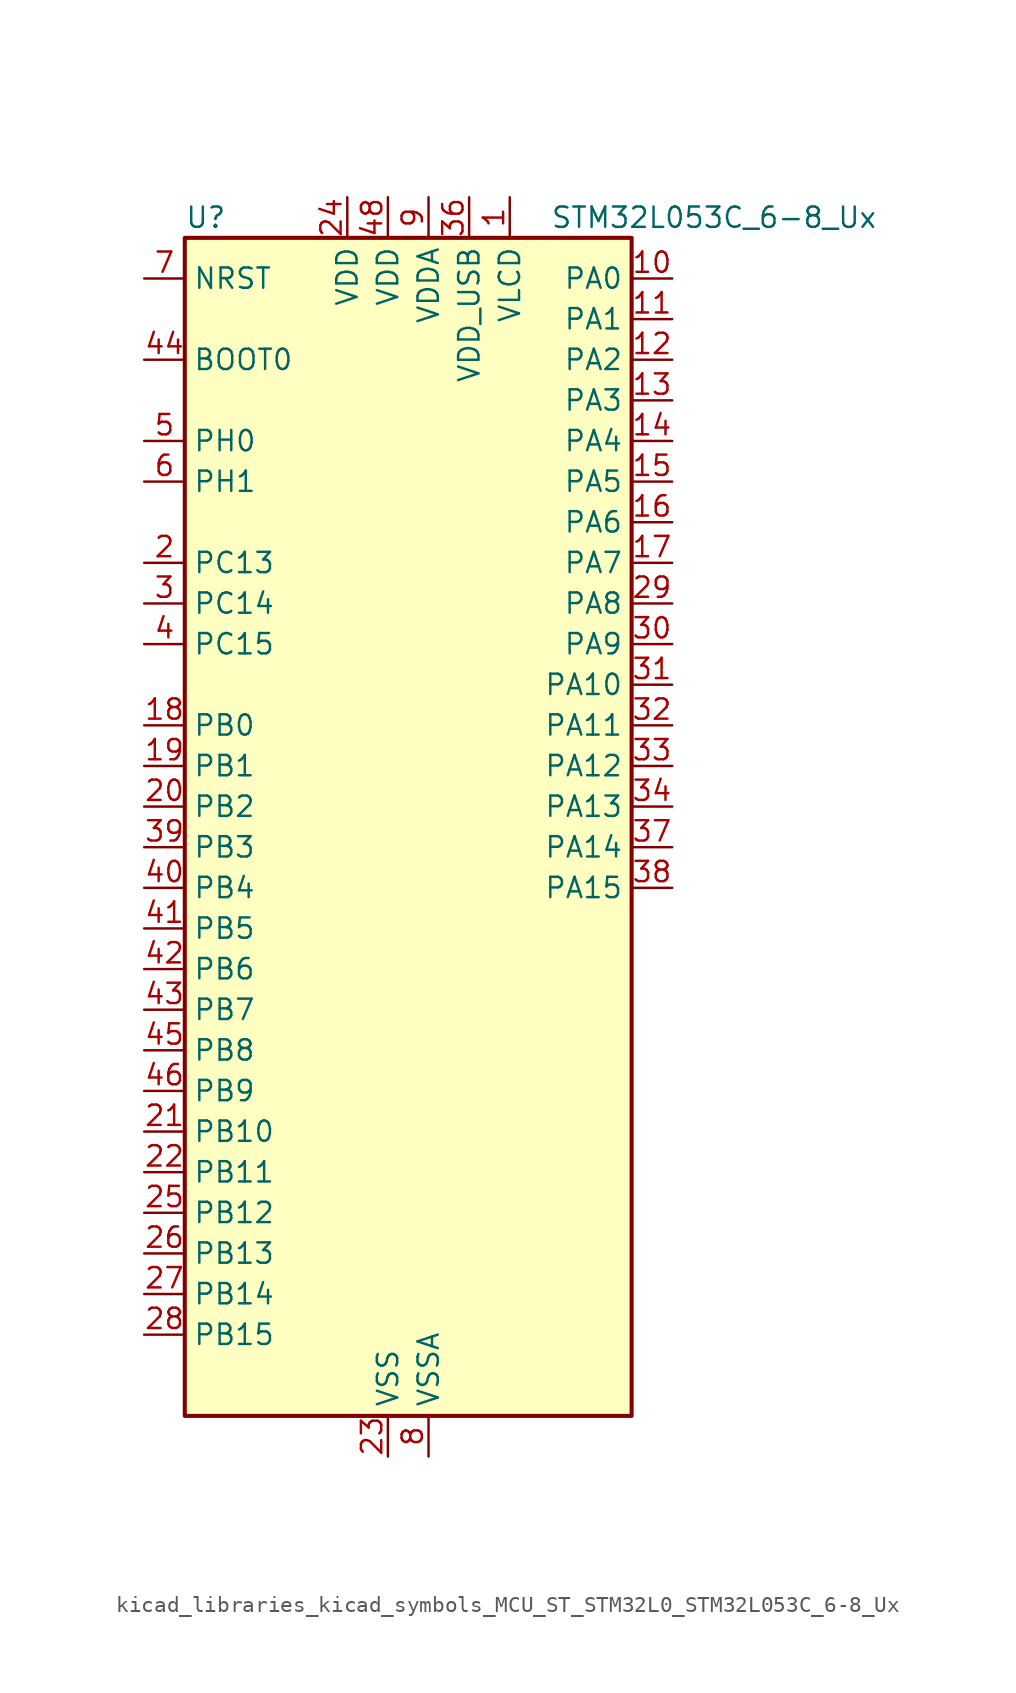
<source format=kicad_sym>
(kicad_symbol_lib
  (version 20220914)
  (generator kicad_symbol_editor)
  (symbol "kicad_libraries_kicad_symbols_MCU_ST_STM32L0_STM32L053C_6-8_Ux"
    (property "Reference" "U"
      (at -12.7 39.37 0)
      (effects (font (size 1.27 1.27)) (justify left)))
    (property "Value" "STM32L053C_6-8_Ux"
      (at 10.16 39.37 0)
      (effects (font (size 1.27 1.27)) (justify left)))
    (property "ki_locked" ""
      (at 0 0 0)
      (effects (font (size 1.27 1.27))))
    (symbol "kicad_libraries_kicad_symbols_MCU_ST_STM32L0_STM32L053C_6-8_Ux_0_1"
      (rectangle (start -12.7 -35.56) (end 15.24 38.1) (stroke (width 0.254) (type default)) (fill (type background))))
    (symbol "kicad_libraries_kicad_symbols_MCU_ST_STM32L0_STM32L053C_6-8_Ux_1_1"
      (pin power_in line (at 7.62 40.64 270) (length 2.54) (name "VLCD" (effects (font (size 1.27 1.27)))) (number "1" (effects (font (size 1.27 1.27)))))
      (pin bidirectional line (at 17.78 35.56 180) (length 2.54) (name "PA0" (effects (font (size 1.27 1.27)))) (number "10" (effects (font (size 1.27 1.27)))) (alternate "ADC_IN0" bidirectional line) (alternate "COMP1_INM" bidirectional line) (alternate "COMP1_OUT" bidirectional line) (alternate "RTC_TAMP2" bidirectional line) (alternate "SYS_WKUP1" bidirectional line) (alternate "TIM2_CH1" bidirectional line) (alternate "TIM2_ETR" bidirectional line) (alternate "TSC_G1_IO1" bidirectional line) (alternate "USART2_CTS" bidirectional line))
      (pin bidirectional line (at 17.78 33.02 180) (length 2.54) (name "PA1" (effects (font (size 1.27 1.27)))) (number "11" (effects (font (size 1.27 1.27)))) (alternate "ADC_IN1" bidirectional line) (alternate "COMP1_INP" bidirectional line) (alternate "LCD_SEG0" bidirectional line) (alternate "TIM21_ETR" bidirectional line) (alternate "TIM2_CH2" bidirectional line) (alternate "TSC_G1_IO2" bidirectional line) (alternate "USART2_DE" bidirectional line) (alternate "USART2_RTS" bidirectional line))
      (pin bidirectional line (at 17.78 30.48 180) (length 2.54) (name "PA2" (effects (font (size 1.27 1.27)))) (number "12" (effects (font (size 1.27 1.27)))) (alternate "ADC_IN2" bidirectional line) (alternate "COMP2_INM" bidirectional line) (alternate "COMP2_OUT" bidirectional line) (alternate "LCD_SEG1" bidirectional line) (alternate "TIM21_CH1" bidirectional line) (alternate "TIM2_CH3" bidirectional line) (alternate "TSC_G1_IO3" bidirectional line) (alternate "USART2_TX" bidirectional line))
      (pin bidirectional line (at 17.78 27.94 180) (length 2.54) (name "PA3" (effects (font (size 1.27 1.27)))) (number "13" (effects (font (size 1.27 1.27)))) (alternate "ADC_IN3" bidirectional line) (alternate "COMP2_INP" bidirectional line) (alternate "LCD_SEG2" bidirectional line) (alternate "TIM21_CH2" bidirectional line) (alternate "TIM2_CH4" bidirectional line) (alternate "TSC_G1_IO4" bidirectional line) (alternate "USART2_RX" bidirectional line))
      (pin bidirectional line (at 17.78 25.4 180) (length 2.54) (name "PA4" (effects (font (size 1.27 1.27)))) (number "14" (effects (font (size 1.27 1.27)))) (alternate "ADC_IN4" bidirectional line) (alternate "COMP1_INM" bidirectional line) (alternate "COMP2_INM" bidirectional line) (alternate "DAC_OUT1" bidirectional line) (alternate "SPI1_NSS" bidirectional line) (alternate "TIM22_ETR" bidirectional line) (alternate "TSC_G2_IO1" bidirectional line) (alternate "USART2_CK" bidirectional line))
      (pin bidirectional line (at 17.78 22.86 180) (length 2.54) (name "PA5" (effects (font (size 1.27 1.27)))) (number "15" (effects (font (size 1.27 1.27)))) (alternate "ADC_IN5" bidirectional line) (alternate "COMP1_INM" bidirectional line) (alternate "COMP2_INM" bidirectional line) (alternate "SPI1_SCK" bidirectional line) (alternate "TIM2_CH1" bidirectional line) (alternate "TIM2_ETR" bidirectional line) (alternate "TSC_G2_IO2" bidirectional line))
      (pin bidirectional line (at 17.78 20.32 180) (length 2.54) (name "PA6" (effects (font (size 1.27 1.27)))) (number "16" (effects (font (size 1.27 1.27)))) (alternate "ADC_IN6" bidirectional line) (alternate "COMP1_OUT" bidirectional line) (alternate "LCD_SEG3" bidirectional line) (alternate "LPUART1_CTS" bidirectional line) (alternate "SPI1_MISO" bidirectional line) (alternate "TIM22_CH1" bidirectional line) (alternate "TSC_G2_IO3" bidirectional line))
      (pin bidirectional line (at 17.78 17.78 180) (length 2.54) (name "PA7" (effects (font (size 1.27 1.27)))) (number "17" (effects (font (size 1.27 1.27)))) (alternate "ADC_IN7" bidirectional line) (alternate "COMP2_OUT" bidirectional line) (alternate "LCD_SEG4" bidirectional line) (alternate "SPI1_MOSI" bidirectional line) (alternate "TIM22_CH2" bidirectional line) (alternate "TSC_G2_IO4" bidirectional line))
      (pin bidirectional line (at -15.24 7.62 0) (length 2.54) (name "PB0" (effects (font (size 1.27 1.27)))) (number "18" (effects (font (size 1.27 1.27)))) (alternate "ADC_IN8" bidirectional line) (alternate "LCD_SEG5" bidirectional line) (alternate "LCD_VLCD3" bidirectional line) (alternate "SYS_VREF_OUT_PB0" bidirectional line) (alternate "TSC_G3_IO2" bidirectional line))
      (pin bidirectional line (at -15.24 5.08 0) (length 2.54) (name "PB1" (effects (font (size 1.27 1.27)))) (number "19" (effects (font (size 1.27 1.27)))) (alternate "ADC_IN9" bidirectional line) (alternate "LCD_SEG6" bidirectional line) (alternate "LPUART1_DE" bidirectional line) (alternate "LPUART1_RTS" bidirectional line) (alternate "SYS_VREF_OUT_PB1" bidirectional line) (alternate "TSC_G3_IO3" bidirectional line))
      (pin bidirectional line (at -15.24 17.78 0) (length 2.54) (name "PC13" (effects (font (size 1.27 1.27)))) (number "2" (effects (font (size 1.27 1.27)))) (alternate "RTC_OUT_ALARM" bidirectional line) (alternate "RTC_OUT_CALIB" bidirectional line) (alternate "RTC_TAMP1" bidirectional line) (alternate "RTC_TS" bidirectional line) (alternate "SYS_WKUP2" bidirectional line))
      (pin bidirectional line (at -15.24 2.54 0) (length 2.54) (name "PB2" (effects (font (size 1.27 1.27)))) (number "20" (effects (font (size 1.27 1.27)))) (alternate "LCD_VLCD1" bidirectional line) (alternate "LPTIM1_OUT" bidirectional line) (alternate "TSC_G3_IO4" bidirectional line))
      (pin bidirectional line (at -15.24 -17.78 0) (length 2.54) (name "PB10" (effects (font (size 1.27 1.27)))) (number "21" (effects (font (size 1.27 1.27)))) (alternate "I2C2_SCL" bidirectional line) (alternate "LCD_SEG10" bidirectional line) (alternate "LPUART1_TX" bidirectional line) (alternate "SPI2_SCK" bidirectional line) (alternate "TIM2_CH3" bidirectional line) (alternate "TSC_SYNC" bidirectional line))
      (pin bidirectional line (at -15.24 -20.32 0) (length 2.54) (name "PB11" (effects (font (size 1.27 1.27)))) (number "22" (effects (font (size 1.27 1.27)))) (alternate "ADC_EXTI11" bidirectional line) (alternate "I2C2_SDA" bidirectional line) (alternate "LCD_SEG11" bidirectional line) (alternate "LPUART1_RX" bidirectional line) (alternate "TIM2_CH4" bidirectional line) (alternate "TSC_G6_IO1" bidirectional line))
      (pin power_in line (at 0 -38.1 90) (length 2.54) (name "VSS" (effects (font (size 1.27 1.27)))) (number "23" (effects (font (size 1.27 1.27)))))
      (pin power_in line (at -2.54 40.64 270) (length 2.54) (name "VDD" (effects (font (size 1.27 1.27)))) (number "24" (effects (font (size 1.27 1.27)))))
      (pin bidirectional line (at -15.24 -22.86 0) (length 2.54) (name "PB12" (effects (font (size 1.27 1.27)))) (number "25" (effects (font (size 1.27 1.27)))) (alternate "I2S2_WS" bidirectional line) (alternate "LCD_SEG12" bidirectional line) (alternate "LCD_VLCD2" bidirectional line) (alternate "LPUART1_DE" bidirectional line) (alternate "LPUART1_RTS" bidirectional line) (alternate "SPI2_NSS" bidirectional line) (alternate "TSC_G6_IO2" bidirectional line))
      (pin bidirectional line (at -15.24 -25.4 0) (length 2.54) (name "PB13" (effects (font (size 1.27 1.27)))) (number "26" (effects (font (size 1.27 1.27)))) (alternate "I2C2_SCL" bidirectional line) (alternate "I2S2_CK" bidirectional line) (alternate "LCD_SEG13" bidirectional line) (alternate "LPUART1_CTS" bidirectional line) (alternate "SPI2_SCK" bidirectional line) (alternate "TIM21_CH1" bidirectional line) (alternate "TSC_G6_IO3" bidirectional line))
      (pin bidirectional line (at -15.24 -27.94 0) (length 2.54) (name "PB14" (effects (font (size 1.27 1.27)))) (number "27" (effects (font (size 1.27 1.27)))) (alternate "I2C2_SDA" bidirectional line) (alternate "I2S2_MCK" bidirectional line) (alternate "LCD_SEG14" bidirectional line) (alternate "LPUART1_DE" bidirectional line) (alternate "LPUART1_RTS" bidirectional line) (alternate "RTC_OUT_ALARM" bidirectional line) (alternate "RTC_OUT_CALIB" bidirectional line) (alternate "SPI2_MISO" bidirectional line) (alternate "TIM21_CH2" bidirectional line) (alternate "TSC_G6_IO4" bidirectional line))
      (pin bidirectional line (at -15.24 -30.48 0) (length 2.54) (name "PB15" (effects (font (size 1.27 1.27)))) (number "28" (effects (font (size 1.27 1.27)))) (alternate "I2S2_SD" bidirectional line) (alternate "LCD_SEG15" bidirectional line) (alternate "RTC_REFIN" bidirectional line) (alternate "SPI2_MOSI" bidirectional line))
      (pin bidirectional line (at 17.78 15.24 180) (length 2.54) (name "PA8" (effects (font (size 1.27 1.27)))) (number "29" (effects (font (size 1.27 1.27)))) (alternate "CRS_SYNC" bidirectional line) (alternate "LCD_COM0" bidirectional line) (alternate "RCC_MCO" bidirectional line) (alternate "USART1_CK" bidirectional line))
      (pin bidirectional line (at -15.24 15.24 0) (length 2.54) (name "PC14" (effects (font (size 1.27 1.27)))) (number "3" (effects (font (size 1.27 1.27)))) (alternate "RCC_OSC32_IN" bidirectional line))
      (pin bidirectional line (at 17.78 12.7 180) (length 2.54) (name "PA9" (effects (font (size 1.27 1.27)))) (number "30" (effects (font (size 1.27 1.27)))) (alternate "DAC_EXTI9" bidirectional line) (alternate "LCD_COM1" bidirectional line) (alternate "RCC_MCO" bidirectional line) (alternate "TSC_G4_IO1" bidirectional line) (alternate "USART1_TX" bidirectional line))
      (pin bidirectional line (at 17.78 10.16 180) (length 2.54) (name "PA10" (effects (font (size 1.27 1.27)))) (number "31" (effects (font (size 1.27 1.27)))) (alternate "LCD_COM2" bidirectional line) (alternate "TSC_G4_IO2" bidirectional line) (alternate "USART1_RX" bidirectional line))
      (pin bidirectional line (at 17.78 7.62 180) (length 2.54) (name "PA11" (effects (font (size 1.27 1.27)))) (number "32" (effects (font (size 1.27 1.27)))) (alternate "ADC_EXTI11" bidirectional line) (alternate "COMP1_OUT" bidirectional line) (alternate "SPI1_MISO" bidirectional line) (alternate "TSC_G4_IO3" bidirectional line) (alternate "USART1_CTS" bidirectional line) (alternate "USB_DM" bidirectional line))
      (pin bidirectional line (at 17.78 5.08 180) (length 2.54) (name "PA12" (effects (font (size 1.27 1.27)))) (number "33" (effects (font (size 1.27 1.27)))) (alternate "COMP2_OUT" bidirectional line) (alternate "SPI1_MOSI" bidirectional line) (alternate "TSC_G4_IO4" bidirectional line) (alternate "USART1_DE" bidirectional line) (alternate "USART1_RTS" bidirectional line) (alternate "USB_DP" bidirectional line))
      (pin bidirectional line (at 17.78 2.54 180) (length 2.54) (name "PA13" (effects (font (size 1.27 1.27)))) (number "34" (effects (font (size 1.27 1.27)))) (alternate "SYS_SWDIO" bidirectional line) (alternate "USB_NOE" bidirectional line))
      (pin passive line (at 0 -38.1 90) (length 2.54) hide (name "VSS" (effects (font (size 1.27 1.27)))) (number "35" (effects (font (size 1.27 1.27)))))
      (pin power_in line (at 5.08 40.64 270) (length 2.54) (name "VDD_USB" (effects (font (size 1.27 1.27)))) (number "36" (effects (font (size 1.27 1.27)))))
      (pin bidirectional line (at 17.78 0 180) (length 2.54) (name "PA14" (effects (font (size 1.27 1.27)))) (number "37" (effects (font (size 1.27 1.27)))) (alternate "SYS_SWCLK" bidirectional line) (alternate "USART2_TX" bidirectional line))
      (pin bidirectional line (at 17.78 -2.54 180) (length 2.54) (name "PA15" (effects (font (size 1.27 1.27)))) (number "38" (effects (font (size 1.27 1.27)))) (alternate "LCD_SEG17" bidirectional line) (alternate "SPI1_NSS" bidirectional line) (alternate "TIM2_CH1" bidirectional line) (alternate "TIM2_ETR" bidirectional line) (alternate "USART2_RX" bidirectional line))
      (pin bidirectional line (at -15.24 0 0) (length 2.54) (name "PB3" (effects (font (size 1.27 1.27)))) (number "39" (effects (font (size 1.27 1.27)))) (alternate "COMP2_INM" bidirectional line) (alternate "LCD_SEG7" bidirectional line) (alternate "SPI1_SCK" bidirectional line) (alternate "TIM2_CH2" bidirectional line) (alternate "TSC_G5_IO1" bidirectional line))
      (pin bidirectional line (at -15.24 12.7 0) (length 2.54) (name "PC15" (effects (font (size 1.27 1.27)))) (number "4" (effects (font (size 1.27 1.27)))) (alternate "RCC_OSC32_OUT" bidirectional line))
      (pin bidirectional line (at -15.24 -2.54 0) (length 2.54) (name "PB4" (effects (font (size 1.27 1.27)))) (number "40" (effects (font (size 1.27 1.27)))) (alternate "COMP2_INP" bidirectional line) (alternate "LCD_SEG8" bidirectional line) (alternate "SPI1_MISO" bidirectional line) (alternate "TIM22_CH1" bidirectional line) (alternate "TSC_G5_IO2" bidirectional line))
      (pin bidirectional line (at -15.24 -5.08 0) (length 2.54) (name "PB5" (effects (font (size 1.27 1.27)))) (number "41" (effects (font (size 1.27 1.27)))) (alternate "COMP2_INP" bidirectional line) (alternate "I2C1_SMBA" bidirectional line) (alternate "LCD_SEG9" bidirectional line) (alternate "LPTIM1_IN1" bidirectional line) (alternate "SPI1_MOSI" bidirectional line) (alternate "TIM22_CH2" bidirectional line))
      (pin bidirectional line (at -15.24 -7.62 0) (length 2.54) (name "PB6" (effects (font (size 1.27 1.27)))) (number "42" (effects (font (size 1.27 1.27)))) (alternate "COMP2_INP" bidirectional line) (alternate "I2C1_SCL" bidirectional line) (alternate "LPTIM1_ETR" bidirectional line) (alternate "TSC_G5_IO3" bidirectional line) (alternate "USART1_TX" bidirectional line))
      (pin bidirectional line (at -15.24 -10.16 0) (length 2.54) (name "PB7" (effects (font (size 1.27 1.27)))) (number "43" (effects (font (size 1.27 1.27)))) (alternate "COMP2_INP" bidirectional line) (alternate "I2C1_SDA" bidirectional line) (alternate "LPTIM1_IN2" bidirectional line) (alternate "SYS_PVD_IN" bidirectional line) (alternate "TSC_G5_IO4" bidirectional line) (alternate "USART1_RX" bidirectional line))
      (pin input line (at -15.24 30.48 0) (length 2.54) (name "BOOT0" (effects (font (size 1.27 1.27)))) (number "44" (effects (font (size 1.27 1.27)))))
      (pin bidirectional line (at -15.24 -12.7 0) (length 2.54) (name "PB8" (effects (font (size 1.27 1.27)))) (number "45" (effects (font (size 1.27 1.27)))) (alternate "I2C1_SCL" bidirectional line) (alternate "LCD_SEG16" bidirectional line) (alternate "TSC_SYNC" bidirectional line))
      (pin bidirectional line (at -15.24 -15.24 0) (length 2.54) (name "PB9" (effects (font (size 1.27 1.27)))) (number "46" (effects (font (size 1.27 1.27)))) (alternate "DAC_EXTI9" bidirectional line) (alternate "I2C1_SDA" bidirectional line) (alternate "I2S2_WS" bidirectional line) (alternate "LCD_COM3" bidirectional line) (alternate "SPI2_NSS" bidirectional line))
      (pin passive line (at 0 -38.1 90) (length 2.54) hide (name "VSS" (effects (font (size 1.27 1.27)))) (number "47" (effects (font (size 1.27 1.27)))))
      (pin power_in line (at 0 40.64 270) (length 2.54) (name "VDD" (effects (font (size 1.27 1.27)))) (number "48" (effects (font (size 1.27 1.27)))))
      (pin passive line (at 0 -38.1 90) (length 2.54) hide (name "VSS" (effects (font (size 1.27 1.27)))) (number "49" (effects (font (size 1.27 1.27)))))
      (pin bidirectional line (at -15.24 25.4 0) (length 2.54) (name "PH0" (effects (font (size 1.27 1.27)))) (number "5" (effects (font (size 1.27 1.27)))) (alternate "CRS_SYNC" bidirectional line) (alternate "RCC_OSC_IN" bidirectional line))
      (pin bidirectional line (at -15.24 22.86 0) (length 2.54) (name "PH1" (effects (font (size 1.27 1.27)))) (number "6" (effects (font (size 1.27 1.27)))) (alternate "RCC_OSC_OUT" bidirectional line))
      (pin input line (at -15.24 35.56 0) (length 2.54) (name "NRST" (effects (font (size 1.27 1.27)))) (number "7" (effects (font (size 1.27 1.27)))))
      (pin power_in line (at 2.54 -38.1 90) (length 2.54) (name "VSSA" (effects (font (size 1.27 1.27)))) (number "8" (effects (font (size 1.27 1.27)))))
      (pin power_in line (at 2.54 40.64 270) (length 2.54) (name "VDDA" (effects (font (size 1.27 1.27)))) (number "9" (effects (font (size 1.27 1.27))))))))
</source>
